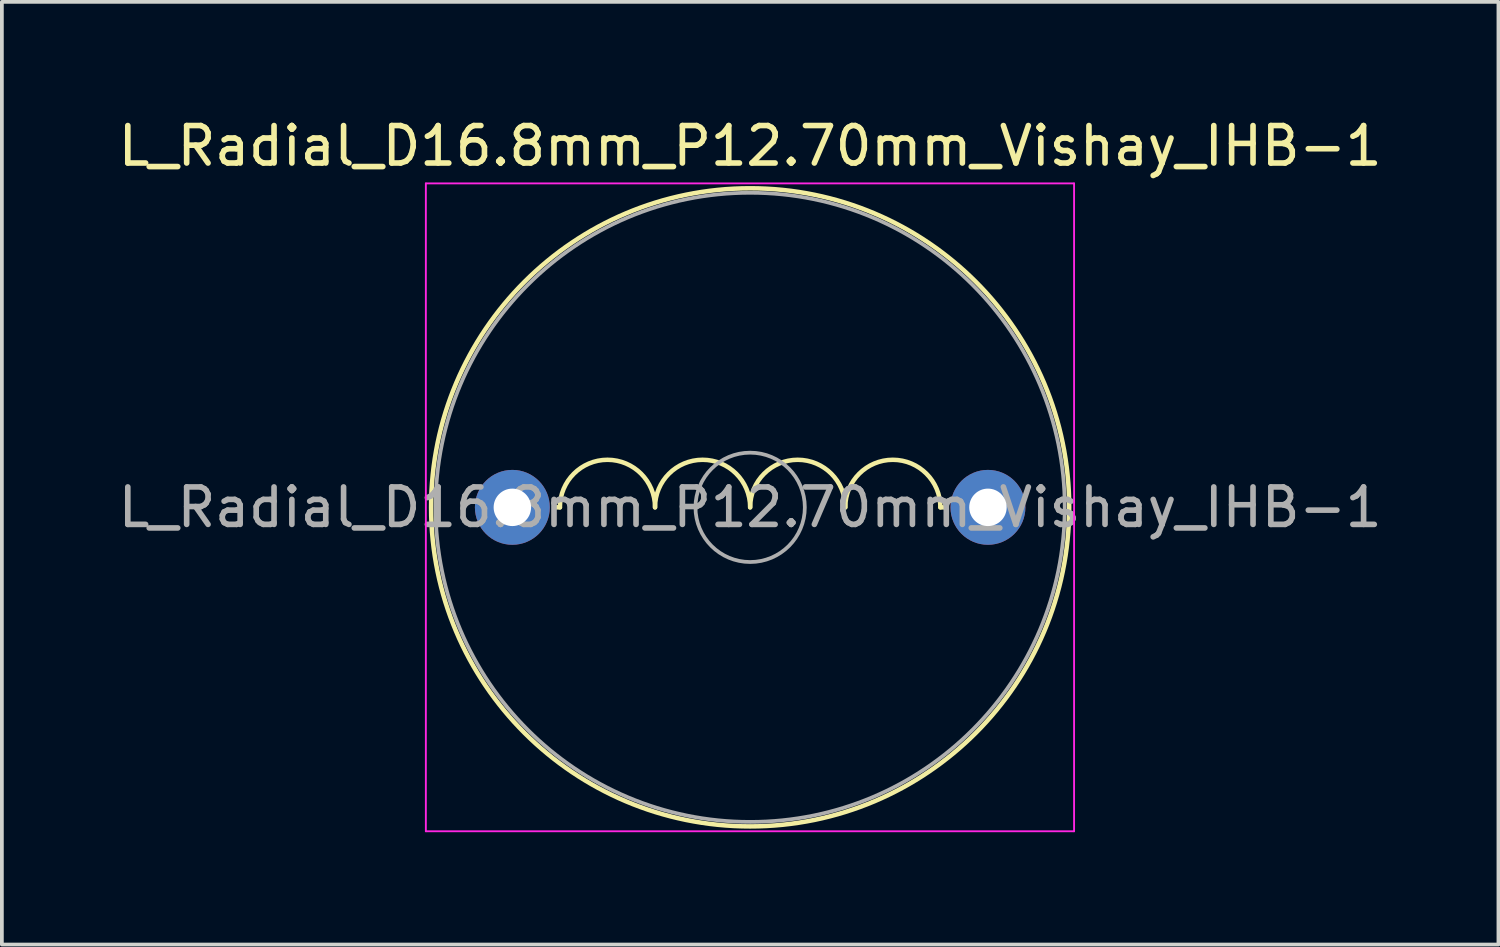
<source format=kicad_pcb>
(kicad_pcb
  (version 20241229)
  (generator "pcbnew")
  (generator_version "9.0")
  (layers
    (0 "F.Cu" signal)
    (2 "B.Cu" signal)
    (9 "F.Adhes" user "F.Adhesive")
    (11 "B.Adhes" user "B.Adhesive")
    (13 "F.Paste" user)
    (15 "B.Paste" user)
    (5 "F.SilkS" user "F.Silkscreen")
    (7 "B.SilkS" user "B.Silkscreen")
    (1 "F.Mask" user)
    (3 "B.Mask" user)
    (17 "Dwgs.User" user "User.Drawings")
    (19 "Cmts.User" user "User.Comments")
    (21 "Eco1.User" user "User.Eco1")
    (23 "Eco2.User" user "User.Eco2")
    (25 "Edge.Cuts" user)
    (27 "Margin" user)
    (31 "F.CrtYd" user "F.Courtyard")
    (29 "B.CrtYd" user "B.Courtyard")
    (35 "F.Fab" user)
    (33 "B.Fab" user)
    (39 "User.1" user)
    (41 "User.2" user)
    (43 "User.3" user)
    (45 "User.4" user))
  (footprint "L_Radial_D16.8mm_P12.70mm_Vishay_IHB-1"
    (layer "F.Cu")
    (at 10.632 10.498)
    (property "Reference" "L_Radial_D16.8mm_P12.70mm_Vishay_IHB-1" (at 6.35 -9.65 0) (layer "F.SilkS") (effects (font (size 1 1) (thickness 0.15))))
    (attr through_hole)
    (fp_line (start 1.27 0) (end 1.143 0) (stroke (width 0.12) (type solid)) (layer "F.SilkS"))
    (fp_line (start 11.43 0) (end 11.557 0) (stroke (width 0.12) (type solid)) (layer "F.SilkS"))
    (fp_arc (start 1.27 0) (mid 2.54 -1.27) (end 3.81 0) (stroke (width 0.12) (type solid)) (layer "F.SilkS"))
    (fp_arc (start 3.81 0) (mid 5.08 -1.27) (end 6.35 0) (stroke (width 0.12) (type solid)) (layer "F.SilkS"))
    (fp_arc (start 6.35 0) (mid 7.62 -1.27) (end 8.89 0) (stroke (width 0.12) (type solid)) (layer "F.SilkS"))
    (fp_arc (start 8.89 0) (mid 10.16 -1.27) (end 11.43 0) (stroke (width 0.12) (type solid)) (layer "F.SilkS"))
    (fp_circle (center 6.35 0) (end 14.87 0) (stroke (width 0.12) (type solid)) (fill no) (layer "F.SilkS"))
    (fp_line (start -2.31 -8.65) (end -2.31 8.65) (stroke (width 0.05) (type solid)) (layer "F.CrtYd"))
    (fp_line (start -2.31 8.65) (end 15 8.65) (stroke (width 0.05) (type solid)) (layer "F.CrtYd"))
    (fp_line (start 15 -8.65) (end -2.31 -8.65) (stroke (width 0.05) (type solid)) (layer "F.CrtYd"))
    (fp_line (start 15 8.65) (end 15 -8.65) (stroke (width 0.05) (type solid)) (layer "F.CrtYd"))
    (fp_circle (center 6.35 0) (end 7.81 0) (stroke (width 0.1) (type solid)) (fill no) (layer "F.Fab"))
    (fp_circle (center 6.35 0) (end 14.75 0) (stroke (width 0.1) (type solid)) (fill no) (layer "F.Fab"))
    (fp_text user "${REFERENCE}" (at 6.35 0 0) (layer "F.Fab") (effects (font (size 1 1) (thickness 0.15))))
    (pad "1" thru_hole circle (at 0 0) (size 2 2) (drill 1) (layers "*.Cu" "*.Mask"))
    (pad "2" thru_hole circle (at 12.7 0) (size 2 2) (drill 1) (layers "*.Cu" "*.Mask")))
  (gr_rect
    (start -3 -3)
    (end 36.964 22.173)
    (stroke (width 0.1) (type default))
    (fill no)
    (layer "Edge.Cuts")))
</source>
